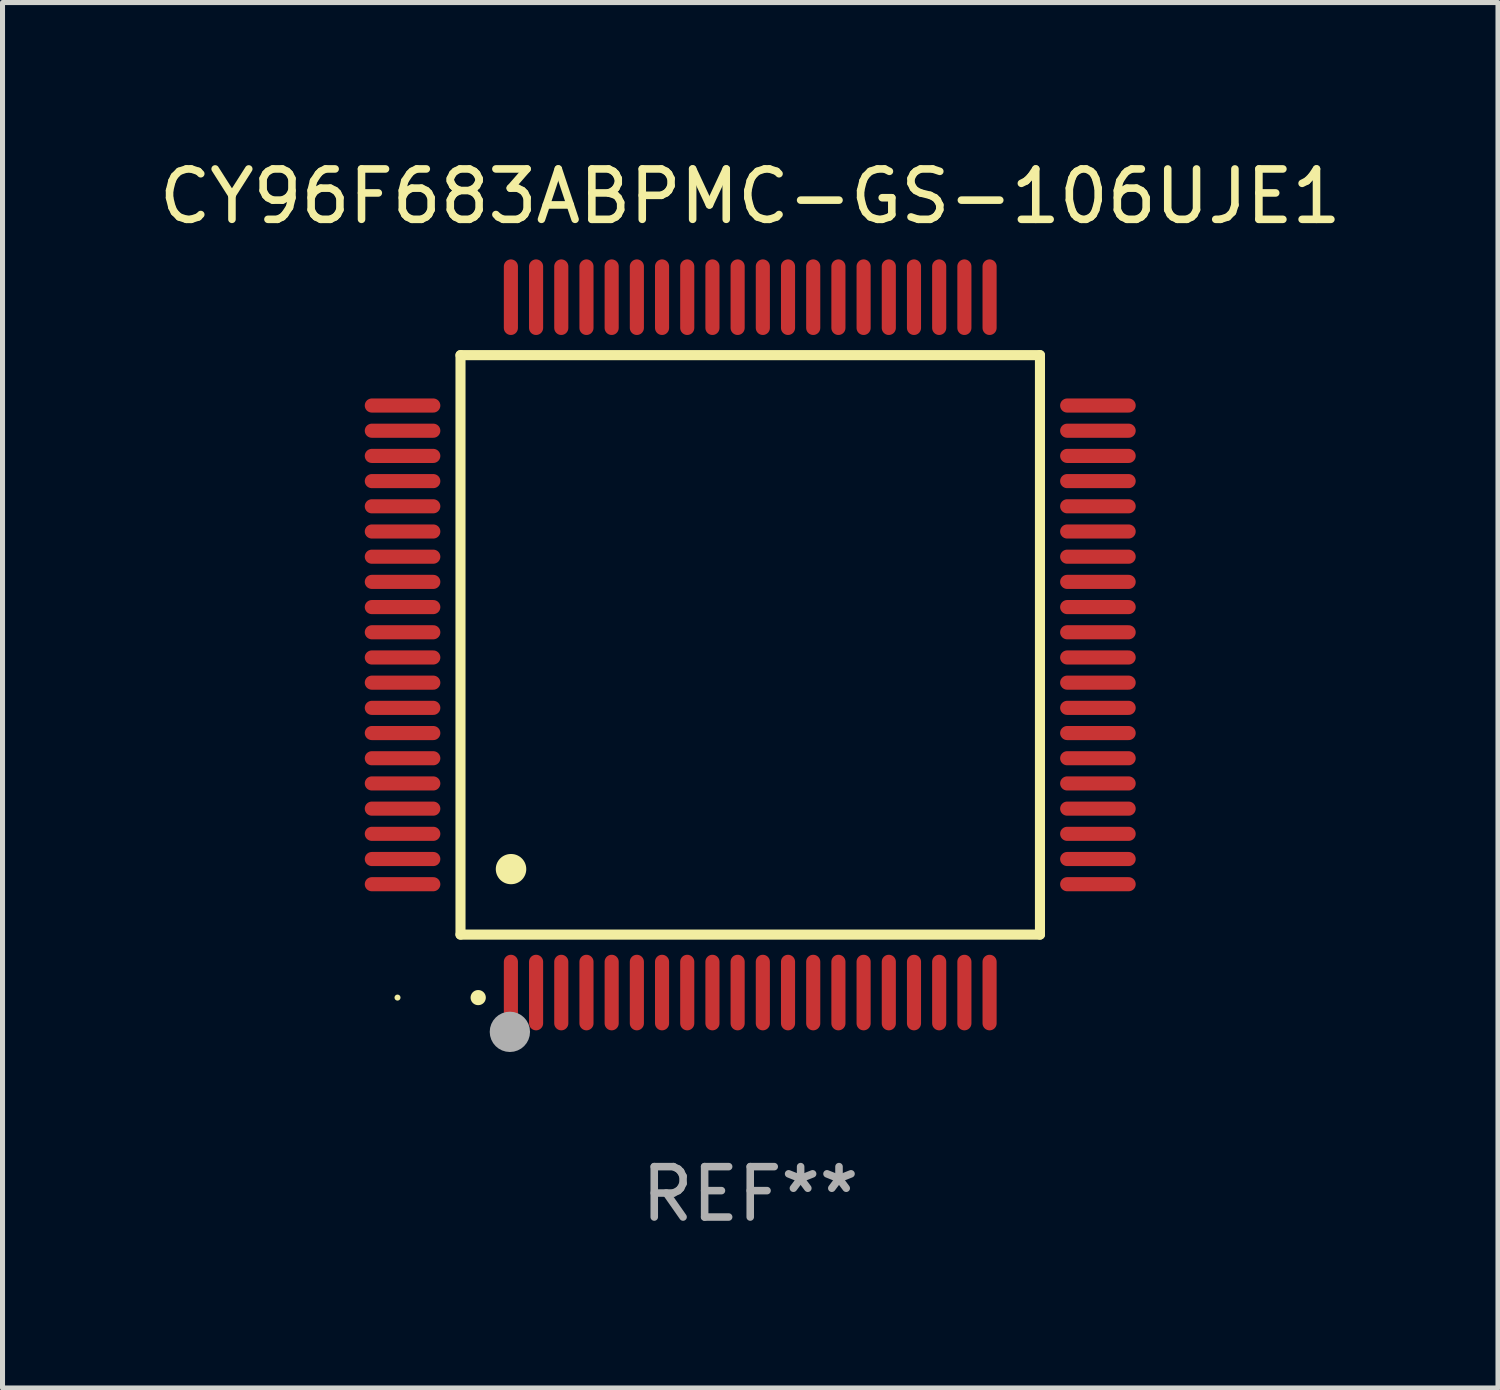
<source format=kicad_pcb>
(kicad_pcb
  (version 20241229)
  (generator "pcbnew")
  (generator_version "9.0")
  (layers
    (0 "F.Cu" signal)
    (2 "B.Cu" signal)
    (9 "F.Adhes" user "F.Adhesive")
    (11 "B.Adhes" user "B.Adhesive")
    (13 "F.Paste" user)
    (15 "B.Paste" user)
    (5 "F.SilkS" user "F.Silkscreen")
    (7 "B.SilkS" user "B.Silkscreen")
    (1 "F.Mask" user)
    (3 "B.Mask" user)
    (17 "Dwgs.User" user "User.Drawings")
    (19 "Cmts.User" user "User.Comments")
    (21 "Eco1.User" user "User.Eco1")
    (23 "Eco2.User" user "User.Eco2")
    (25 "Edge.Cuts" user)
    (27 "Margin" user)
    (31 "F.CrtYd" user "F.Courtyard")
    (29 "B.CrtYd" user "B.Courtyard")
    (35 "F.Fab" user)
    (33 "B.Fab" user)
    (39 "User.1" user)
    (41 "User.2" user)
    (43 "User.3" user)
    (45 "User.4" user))
  (footprint "CY96F683ABPMC-GS-106UJE1"
    (layer "F.Cu")
    (at 11.839 9.748)
    (property "Reference" "CY96F683ABPMC-GS-106UJE1" (at 0 -8.9 0) (layer "F.SilkS") (effects (font (size 1 1) (thickness 0.15))))
    (attr through_hole)
    (fp_line (start -5.75 -5.75) (end 5.75 -5.75) (stroke (width 0.2) (type solid)) (layer "F.SilkS"))
    (fp_line (start -5.75 5.75) (end -5.75 -5.75) (stroke (width 0.2) (type solid)) (layer "F.SilkS"))
    (fp_line (start 5.75 -5.75) (end 5.75 5.75) (stroke (width 0.2) (type solid)) (layer "F.SilkS"))
    (fp_line (start 5.75 5.75) (end -5.75 5.75) (stroke (width 0.2) (type solid)) (layer "F.SilkS"))
    (fp_arc (start -5.400051 7.000254) (mid -5.398781 7.000249) (end -5.397511 7.000254) (stroke (width 0.3) (type solid)) (layer "F.SilkS"))
    (fp_arc (start -4.749809 4.450089) (mid -4.747269 4.450078) (end -4.744729 4.450089) (stroke (width 0.6) (type solid)) (layer "F.SilkS"))
    (fp_circle (center -7 7) (end -6.97 7) (stroke (width 0.06) (type solid)) (fill no) (layer "F.SilkS"))
    (fp_circle (center -4.77 7.68) (end -4.57 7.68) (stroke (width 0.4) (type solid)) (fill no) (layer "F.Fab"))
    (fp_text user "REF**" (at 0 10.9 0) (layer "F.Fab") (effects (font (size 1 1) (thickness 0.15))))
    (pad "1" smd oval (at -4.75 6.9) (size 0.28 1.5) (layers "F.Cu" "F.Mask" "F.Paste"))
    (pad "2" smd oval (at -4.25 6.9) (size 0.28 1.5) (layers "F.Cu" "F.Mask" "F.Paste"))
    (pad "3" smd oval (at -3.75 6.9) (size 0.28 1.5) (layers "F.Cu" "F.Mask" "F.Paste"))
    (pad "4" smd oval (at -3.25 6.9) (size 0.28 1.5) (layers "F.Cu" "F.Mask" "F.Paste"))
    (pad "5" smd oval (at -2.75 6.9) (size 0.28 1.5) (layers "F.Cu" "F.Mask" "F.Paste"))
    (pad "6" smd oval (at -2.25 6.9) (size 0.28 1.5) (layers "F.Cu" "F.Mask" "F.Paste"))
    (pad "7" smd oval (at -1.75 6.9) (size 0.28 1.5) (layers "F.Cu" "F.Mask" "F.Paste"))
    (pad "8" smd oval (at -1.25 6.9) (size 0.28 1.5) (layers "F.Cu" "F.Mask" "F.Paste"))
    (pad "9" smd oval (at -0.75 6.9) (size 0.28 1.5) (layers "F.Cu" "F.Mask" "F.Paste"))
    (pad "10" smd oval (at -0.25 6.9) (size 0.28 1.5) (layers "F.Cu" "F.Mask" "F.Paste"))
    (pad "11" smd oval (at 0.25 6.9) (size 0.28 1.5) (layers "F.Cu" "F.Mask" "F.Paste"))
    (pad "12" smd oval (at 0.75 6.9) (size 0.28 1.5) (layers "F.Cu" "F.Mask" "F.Paste"))
    (pad "13" smd oval (at 1.25 6.9) (size 0.28 1.5) (layers "F.Cu" "F.Mask" "F.Paste"))
    (pad "14" smd oval (at 1.75 6.9) (size 0.28 1.5) (layers "F.Cu" "F.Mask" "F.Paste"))
    (pad "15" smd oval (at 2.25 6.9) (size 0.28 1.5) (layers "F.Cu" "F.Mask" "F.Paste"))
    (pad "16" smd oval (at 2.75 6.9) (size 0.28 1.5) (layers "F.Cu" "F.Mask" "F.Paste"))
    (pad "17" smd oval (at 3.25 6.9) (size 0.28 1.5) (layers "F.Cu" "F.Mask" "F.Paste"))
    (pad "18" smd oval (at 3.75 6.9) (size 0.28 1.5) (layers "F.Cu" "F.Mask" "F.Paste"))
    (pad "19" smd oval (at 4.25 6.9) (size 0.28 1.5) (layers "F.Cu" "F.Mask" "F.Paste"))
    (pad "20" smd oval (at 4.75 6.9) (size 0.28 1.5) (layers "F.Cu" "F.Mask" "F.Paste"))
    (pad "21" smd oval (at 6.9 4.75) (size 1.5 0.28) (layers "F.Cu" "F.Mask" "F.Paste"))
    (pad "22" smd oval (at 6.9 4.25) (size 1.5 0.28) (layers "F.Cu" "F.Mask" "F.Paste"))
    (pad "23" smd oval (at 6.9 3.75) (size 1.5 0.28) (layers "F.Cu" "F.Mask" "F.Paste"))
    (pad "24" smd oval (at 6.9 3.25) (size 1.5 0.28) (layers "F.Cu" "F.Mask" "F.Paste"))
    (pad "25" smd oval (at 6.9 2.75) (size 1.5 0.28) (layers "F.Cu" "F.Mask" "F.Paste"))
    (pad "26" smd oval (at 6.9 2.25) (size 1.5 0.28) (layers "F.Cu" "F.Mask" "F.Paste"))
    (pad "27" smd oval (at 6.9 1.75) (size 1.5 0.28) (layers "F.Cu" "F.Mask" "F.Paste"))
    (pad "28" smd oval (at 6.9 1.25) (size 1.5 0.28) (layers "F.Cu" "F.Mask" "F.Paste"))
    (pad "29" smd oval (at 6.9 0.75) (size 1.5 0.28) (layers "F.Cu" "F.Mask" "F.Paste"))
    (pad "30" smd oval (at 6.9 0.25) (size 1.5 0.28) (layers "F.Cu" "F.Mask" "F.Paste"))
    (pad "31" smd oval (at 6.9 -0.25) (size 1.5 0.28) (layers "F.Cu" "F.Mask" "F.Paste"))
    (pad "32" smd oval (at 6.9 -0.75) (size 1.5 0.28) (layers "F.Cu" "F.Mask" "F.Paste"))
    (pad "33" smd oval (at 6.9 -1.25) (size 1.5 0.28) (layers "F.Cu" "F.Mask" "F.Paste"))
    (pad "34" smd oval (at 6.9 -1.75) (size 1.5 0.28) (layers "F.Cu" "F.Mask" "F.Paste"))
    (pad "35" smd oval (at 6.9 -2.25) (size 1.5 0.28) (layers "F.Cu" "F.Mask" "F.Paste"))
    (pad "36" smd oval (at 6.9 -2.75) (size 1.5 0.28) (layers "F.Cu" "F.Mask" "F.Paste"))
    (pad "37" smd oval (at 6.9 -3.25) (size 1.5 0.28) (layers "F.Cu" "F.Mask" "F.Paste"))
    (pad "38" smd oval (at 6.9 -3.75) (size 1.5 0.28) (layers "F.Cu" "F.Mask" "F.Paste"))
    (pad "39" smd oval (at 6.9 -4.25) (size 1.5 0.28) (layers "F.Cu" "F.Mask" "F.Paste"))
    (pad "40" smd oval (at 6.9 -4.75) (size 1.5 0.28) (layers "F.Cu" "F.Mask" "F.Paste"))
    (pad "41" smd oval (at 4.75 -6.9) (size 0.28 1.5) (layers "F.Cu" "F.Mask" "F.Paste"))
    (pad "42" smd oval (at 4.25 -6.9) (size 0.28 1.5) (layers "F.Cu" "F.Mask" "F.Paste"))
    (pad "43" smd oval (at 3.75 -6.9) (size 0.28 1.5) (layers "F.Cu" "F.Mask" "F.Paste"))
    (pad "44" smd oval (at 3.25 -6.9) (size 0.28 1.5) (layers "F.Cu" "F.Mask" "F.Paste"))
    (pad "45" smd oval (at 2.75 -6.9) (size 0.28 1.5) (layers "F.Cu" "F.Mask" "F.Paste"))
    (pad "46" smd oval (at 2.25 -6.9) (size 0.28 1.5) (layers "F.Cu" "F.Mask" "F.Paste"))
    (pad "47" smd oval (at 1.75 -6.9) (size 0.28 1.5) (layers "F.Cu" "F.Mask" "F.Paste"))
    (pad "48" smd oval (at 1.25 -6.9) (size 0.28 1.5) (layers "F.Cu" "F.Mask" "F.Paste"))
    (pad "49" smd oval (at 0.75 -6.9) (size 0.28 1.5) (layers "F.Cu" "F.Mask" "F.Paste"))
    (pad "50" smd oval (at 0.25 -6.9) (size 0.28 1.5) (layers "F.Cu" "F.Mask" "F.Paste"))
    (pad "51" smd oval (at -0.25 -6.9) (size 0.28 1.5) (layers "F.Cu" "F.Mask" "F.Paste"))
    (pad "52" smd oval (at -0.75 -6.9) (size 0.28 1.5) (layers "F.Cu" "F.Mask" "F.Paste"))
    (pad "53" smd oval (at -1.25 -6.9) (size 0.28 1.5) (layers "F.Cu" "F.Mask" "F.Paste"))
    (pad "54" smd oval (at -1.75 -6.9) (size 0.28 1.5) (layers "F.Cu" "F.Mask" "F.Paste"))
    (pad "55" smd oval (at -2.25 -6.9) (size 0.28 1.5) (layers "F.Cu" "F.Mask" "F.Paste"))
    (pad "56" smd oval (at -2.75 -6.9) (size 0.28 1.5) (layers "F.Cu" "F.Mask" "F.Paste"))
    (pad "57" smd oval (at -3.25 -6.9) (size 0.28 1.5) (layers "F.Cu" "F.Mask" "F.Paste"))
    (pad "58" smd oval (at -3.75 -6.9) (size 0.28 1.5) (layers "F.Cu" "F.Mask" "F.Paste"))
    (pad "59" smd oval (at -4.25 -6.9) (size 0.28 1.5) (layers "F.Cu" "F.Mask" "F.Paste"))
    (pad "60" smd oval (at -4.75 -6.9) (size 0.28 1.5) (layers "F.Cu" "F.Mask" "F.Paste"))
    (pad "61" smd oval (at -6.9 -4.75) (size 1.5 0.28) (layers "F.Cu" "F.Mask" "F.Paste"))
    (pad "62" smd oval (at -6.9 -4.25) (size 1.5 0.28) (layers "F.Cu" "F.Mask" "F.Paste"))
    (pad "63" smd oval (at -6.9 -3.75) (size 1.5 0.28) (layers "F.Cu" "F.Mask" "F.Paste"))
    (pad "64" smd oval (at -6.9 -3.25) (size 1.5 0.28) (layers "F.Cu" "F.Mask" "F.Paste"))
    (pad "65" smd oval (at -6.9 -2.75) (size 1.5 0.28) (layers "F.Cu" "F.Mask" "F.Paste"))
    (pad "66" smd oval (at -6.9 -2.25) (size 1.5 0.28) (layers "F.Cu" "F.Mask" "F.Paste"))
    (pad "67" smd oval (at -6.9 -1.75) (size 1.5 0.28) (layers "F.Cu" "F.Mask" "F.Paste"))
    (pad "68" smd oval (at -6.9 -1.25) (size 1.5 0.28) (layers "F.Cu" "F.Mask" "F.Paste"))
    (pad "69" smd oval (at -6.9 -0.75) (size 1.5 0.28) (layers "F.Cu" "F.Mask" "F.Paste"))
    (pad "70" smd oval (at -6.9 -0.25) (size 1.5 0.28) (layers "F.Cu" "F.Mask" "F.Paste"))
    (pad "71" smd oval (at -6.9 0.25) (size 1.5 0.28) (layers "F.Cu" "F.Mask" "F.Paste"))
    (pad "72" smd oval (at -6.9 0.75) (size 1.5 0.28) (layers "F.Cu" "F.Mask" "F.Paste"))
    (pad "73" smd oval (at -6.9 1.25) (size 1.5 0.28) (layers "F.Cu" "F.Mask" "F.Paste"))
    (pad "74" smd oval (at -6.9 1.75) (size 1.5 0.28) (layers "F.Cu" "F.Mask" "F.Paste"))
    (pad "75" smd oval (at -6.9 2.25) (size 1.5 0.28) (layers "F.Cu" "F.Mask" "F.Paste"))
    (pad "76" smd oval (at -6.9 2.75) (size 1.5 0.28) (layers "F.Cu" "F.Mask" "F.Paste"))
    (pad "77" smd oval (at -6.9 3.25) (size 1.5 0.28) (layers "F.Cu" "F.Mask" "F.Paste"))
    (pad "78" smd oval (at -6.9 3.75) (size 1.5 0.28) (layers "F.Cu" "F.Mask" "F.Paste"))
    (pad "79" smd oval (at -6.9 4.25) (size 1.5 0.28) (layers "F.Cu" "F.Mask" "F.Paste"))
    (pad "80" smd oval (at -6.9 4.75) (size 1.5 0.28) (layers "F.Cu" "F.Mask" "F.Paste")))
  (gr_rect
    (start -3 -3)
    (end 26.679 24.496)
    (stroke (width 0.1) (type default))
    (fill no)
    (layer "Edge.Cuts")))
</source>
